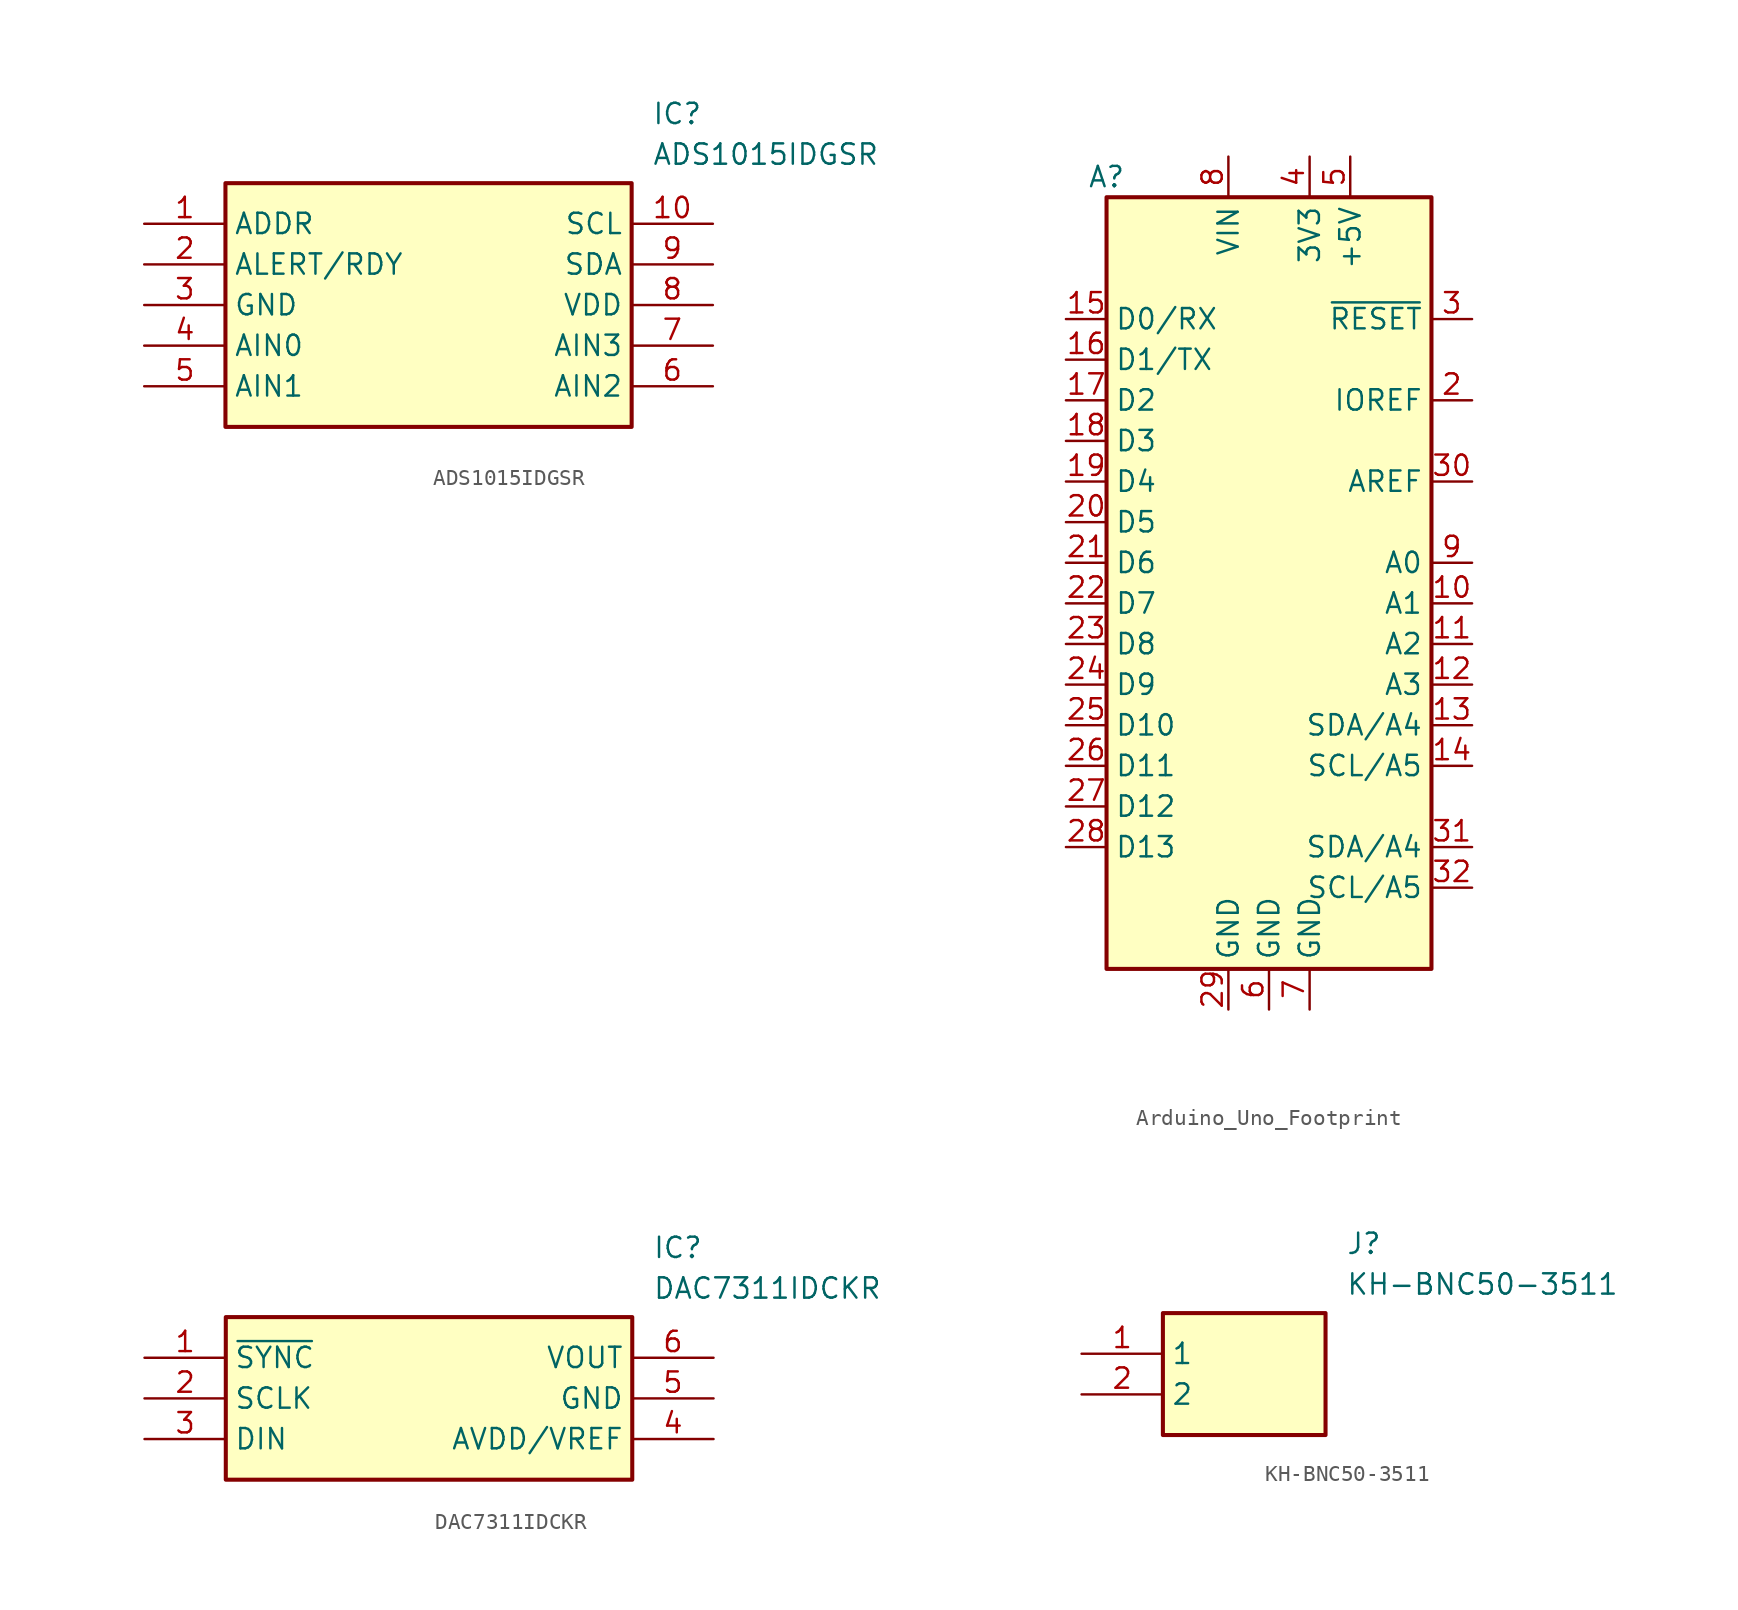
<source format=kicad_sym>
(kicad_symbol_lib
  (version 20231120)
  (generator "kicad_symbol_editor")
  (generator_version "8.0")
  (symbol "ADS1015IDGSR"
    (property "Reference" "IC"
      (at 31.75 7.62 0)
      (effects (font (size 1.27 1.27)) (justify left top)))
    (property "Value" "ADS1015IDGSR"
      (at 31.75 5.08 0)
      (effects (font (size 1.27 1.27)) (justify left top)))
    (symbol "ADS1015IDGSR_1_1"
      (rectangle (start 5.08 2.54) (end 30.48 -12.7) (stroke (width 0.254) (type default)) (fill (type background)))
      (pin passive line (at 0 0 0) (length 5.08) (name "ADDR" (effects (font (size 1.27 1.27)))) (number "1" (effects (font (size 1.27 1.27)))))
      (pin passive line (at 35.56 0 180) (length 5.08) (name "SCL" (effects (font (size 1.27 1.27)))) (number "10" (effects (font (size 1.27 1.27)))))
      (pin passive line (at 0 -2.54 0) (length 5.08) (name "ALERT/RDY" (effects (font (size 1.27 1.27)))) (number "2" (effects (font (size 1.27 1.27)))))
      (pin passive line (at 0 -5.08 0) (length 5.08) (name "GND" (effects (font (size 1.27 1.27)))) (number "3" (effects (font (size 1.27 1.27)))))
      (pin passive line (at 0 -7.62 0) (length 5.08) (name "AIN0" (effects (font (size 1.27 1.27)))) (number "4" (effects (font (size 1.27 1.27)))))
      (pin passive line (at 0 -10.16 0) (length 5.08) (name "AIN1" (effects (font (size 1.27 1.27)))) (number "5" (effects (font (size 1.27 1.27)))))
      (pin passive line (at 35.56 -10.16 180) (length 5.08) (name "AIN2" (effects (font (size 1.27 1.27)))) (number "6" (effects (font (size 1.27 1.27)))))
      (pin passive line (at 35.56 -7.62 180) (length 5.08) (name "AIN3" (effects (font (size 1.27 1.27)))) (number "7" (effects (font (size 1.27 1.27)))))
      (pin passive line (at 35.56 -5.08 180) (length 5.08) (name "VDD" (effects (font (size 1.27 1.27)))) (number "8" (effects (font (size 1.27 1.27)))))
      (pin passive line (at 35.56 -2.54 180) (length 5.08) (name "SDA" (effects (font (size 1.27 1.27)))) (number "9" (effects (font (size 1.27 1.27)))))))
  (symbol "Arduino_Uno_Footprint"
    (property "Reference" "A"
      (at 0 0 0)
      (effects (font (size 1.27 1.27))))
    (property "Value" ""
      (at 0 0 0)
      (effects (font (size 1.27 1.27))))
    (symbol "Arduino_Uno_Footprint_0_1"
      (rectangle (start 0 -1.27) (end 20.32 -49.53) (stroke (width 0.254) (type default)) (fill (type background))))
    (symbol "Arduino_Uno_Footprint_1_1"
      (pin no_connect line (at 0 -44.45 0) (length 2.54) hide (name "NC" (effects (font (size 1.27 1.27)))) (number "1" (effects (font (size 1.27 1.27)))))
      (pin bidirectional line (at 22.86 -26.67 180) (length 2.54) (name "A1" (effects (font (size 1.27 1.27)))) (number "10" (effects (font (size 1.27 1.27)))))
      (pin bidirectional line (at 22.86 -29.21 180) (length 2.54) (name "A2" (effects (font (size 1.27 1.27)))) (number "11" (effects (font (size 1.27 1.27)))))
      (pin bidirectional line (at 22.86 -31.75 180) (length 2.54) (name "A3" (effects (font (size 1.27 1.27)))) (number "12" (effects (font (size 1.27 1.27)))))
      (pin bidirectional line (at 22.86 -34.29 180) (length 2.54) (name "SDA/A4" (effects (font (size 1.27 1.27)))) (number "13" (effects (font (size 1.27 1.27)))))
      (pin bidirectional line (at 22.86 -36.83 180) (length 2.54) (name "SCL/A5" (effects (font (size 1.27 1.27)))) (number "14" (effects (font (size 1.27 1.27)))))
      (pin bidirectional line (at -2.54 -8.89 0) (length 2.54) (name "D0/RX" (effects (font (size 1.27 1.27)))) (number "15" (effects (font (size 1.27 1.27)))))
      (pin bidirectional line (at -2.54 -11.43 0) (length 2.54) (name "D1/TX" (effects (font (size 1.27 1.27)))) (number "16" (effects (font (size 1.27 1.27)))))
      (pin bidirectional line (at -2.54 -13.97 0) (length 2.54) (name "D2" (effects (font (size 1.27 1.27)))) (number "17" (effects (font (size 1.27 1.27)))))
      (pin bidirectional line (at -2.54 -16.51 0) (length 2.54) (name "D3" (effects (font (size 1.27 1.27)))) (number "18" (effects (font (size 1.27 1.27)))))
      (pin bidirectional line (at -2.54 -19.05 0) (length 2.54) (name "D4" (effects (font (size 1.27 1.27)))) (number "19" (effects (font (size 1.27 1.27)))))
      (pin output line (at 22.86 -13.97 180) (length 2.54) (name "IOREF" (effects (font (size 1.27 1.27)))) (number "2" (effects (font (size 1.27 1.27)))))
      (pin bidirectional line (at -2.54 -21.59 0) (length 2.54) (name "D5" (effects (font (size 1.27 1.27)))) (number "20" (effects (font (size 1.27 1.27)))))
      (pin bidirectional line (at -2.54 -24.13 0) (length 2.54) (name "D6" (effects (font (size 1.27 1.27)))) (number "21" (effects (font (size 1.27 1.27)))))
      (pin bidirectional line (at -2.54 -26.67 0) (length 2.54) (name "D7" (effects (font (size 1.27 1.27)))) (number "22" (effects (font (size 1.27 1.27)))))
      (pin bidirectional line (at -2.54 -29.21 0) (length 2.54) (name "D8" (effects (font (size 1.27 1.27)))) (number "23" (effects (font (size 1.27 1.27)))))
      (pin bidirectional line (at -2.54 -31.75 0) (length 2.54) (name "D9" (effects (font (size 1.27 1.27)))) (number "24" (effects (font (size 1.27 1.27)))))
      (pin bidirectional line (at -2.54 -34.29 0) (length 2.54) (name "D10" (effects (font (size 1.27 1.27)))) (number "25" (effects (font (size 1.27 1.27)))))
      (pin bidirectional line (at -2.54 -36.83 0) (length 2.54) (name "D11" (effects (font (size 1.27 1.27)))) (number "26" (effects (font (size 1.27 1.27)))))
      (pin bidirectional line (at -2.54 -39.37 0) (length 2.54) (name "D12" (effects (font (size 1.27 1.27)))) (number "27" (effects (font (size 1.27 1.27)))))
      (pin bidirectional line (at -2.54 -41.91 0) (length 2.54) (name "D13" (effects (font (size 1.27 1.27)))) (number "28" (effects (font (size 1.27 1.27)))))
      (pin power_in line (at 7.62 -52.07 90) (length 2.54) (name "GND" (effects (font (size 1.27 1.27)))) (number "29" (effects (font (size 1.27 1.27)))))
      (pin input line (at 22.86 -8.89 180) (length 2.54) (name "~{RESET}" (effects (font (size 1.27 1.27)))) (number "3" (effects (font (size 1.27 1.27)))))
      (pin input line (at 22.86 -19.05 180) (length 2.54) (name "AREF" (effects (font (size 1.27 1.27)))) (number "30" (effects (font (size 1.27 1.27)))))
      (pin bidirectional line (at 22.86 -41.91 180) (length 2.54) (name "SDA/A4" (effects (font (size 1.27 1.27)))) (number "31" (effects (font (size 1.27 1.27)))))
      (pin bidirectional line (at 22.86 -44.45 180) (length 2.54) (name "SCL/A5" (effects (font (size 1.27 1.27)))) (number "32" (effects (font (size 1.27 1.27)))))
      (pin power_out line (at 12.7 1.27 270) (length 2.54) (name "3V3" (effects (font (size 1.27 1.27)))) (number "4" (effects (font (size 1.27 1.27)))))
      (pin power_out line (at 15.24 1.27 270) (length 2.54) (name "+5V" (effects (font (size 1.27 1.27)))) (number "5" (effects (font (size 1.27 1.27)))))
      (pin power_in line (at 10.16 -52.07 90) (length 2.54) (name "GND" (effects (font (size 1.27 1.27)))) (number "6" (effects (font (size 1.27 1.27)))))
      (pin power_in line (at 12.7 -52.07 90) (length 2.54) (name "GND" (effects (font (size 1.27 1.27)))) (number "7" (effects (font (size 1.27 1.27)))))
      (pin power_in line (at 7.62 1.27 270) (length 2.54) (name "VIN" (effects (font (size 1.27 1.27)))) (number "8" (effects (font (size 1.27 1.27)))))
      (pin bidirectional line (at 22.86 -24.13 180) (length 2.54) (name "A0" (effects (font (size 1.27 1.27)))) (number "9" (effects (font (size 1.27 1.27)))))))
  (symbol "DAC7311IDCKR"
    (property "Reference" "IC"
      (at 31.75 7.62 0)
      (effects (font (size 1.27 1.27)) (justify left top)))
    (property "Value" "DAC7311IDCKR"
      (at 31.75 5.08 0)
      (effects (font (size 1.27 1.27)) (justify left top)))
    (symbol "DAC7311IDCKR_1_1"
      (rectangle (start 5.08 2.54) (end 30.48 -7.62) (stroke (width 0.254) (type default)) (fill (type background)))
      (pin passive line (at 0 0 0) (length 5.08) (name "~{SYNC}" (effects (font (size 1.27 1.27)))) (number "1" (effects (font (size 1.27 1.27)))))
      (pin passive line (at 0 -2.54 0) (length 5.08) (name "SCLK" (effects (font (size 1.27 1.27)))) (number "2" (effects (font (size 1.27 1.27)))))
      (pin passive line (at 0 -5.08 0) (length 5.08) (name "DIN" (effects (font (size 1.27 1.27)))) (number "3" (effects (font (size 1.27 1.27)))))
      (pin passive line (at 35.56 -5.08 180) (length 5.08) (name "AVDD/VREF" (effects (font (size 1.27 1.27)))) (number "4" (effects (font (size 1.27 1.27)))))
      (pin passive line (at 35.56 -2.54 180) (length 5.08) (name "GND" (effects (font (size 1.27 1.27)))) (number "5" (effects (font (size 1.27 1.27)))))
      (pin passive line (at 35.56 0 180) (length 5.08) (name "VOUT" (effects (font (size 1.27 1.27)))) (number "6" (effects (font (size 1.27 1.27)))))))
  (symbol "KH-BNC50-3511"
    (property "Reference" "J"
      (at 16.51 7.62 0)
      (effects (font (size 1.27 1.27)) (justify left top)))
    (property "Value" "KH-BNC50-3511"
      (at 16.51 5.08 0)
      (effects (font (size 1.27 1.27)) (justify left top)))
    (symbol "KH-BNC50-3511_1_1"
      (rectangle (start 5.08 2.54) (end 15.24 -5.08) (stroke (width 0.254) (type default)) (fill (type background)))
      (pin passive line (at 0 0 0) (length 5.08) (name "1" (effects (font (size 1.27 1.27)))) (number "1" (effects (font (size 1.27 1.27)))))
      (pin passive line (at 0 -2.54 0) (length 5.08) (name "2" (effects (font (size 1.27 1.27)))) (number "2" (effects (font (size 1.27 1.27))))))))
</source>
